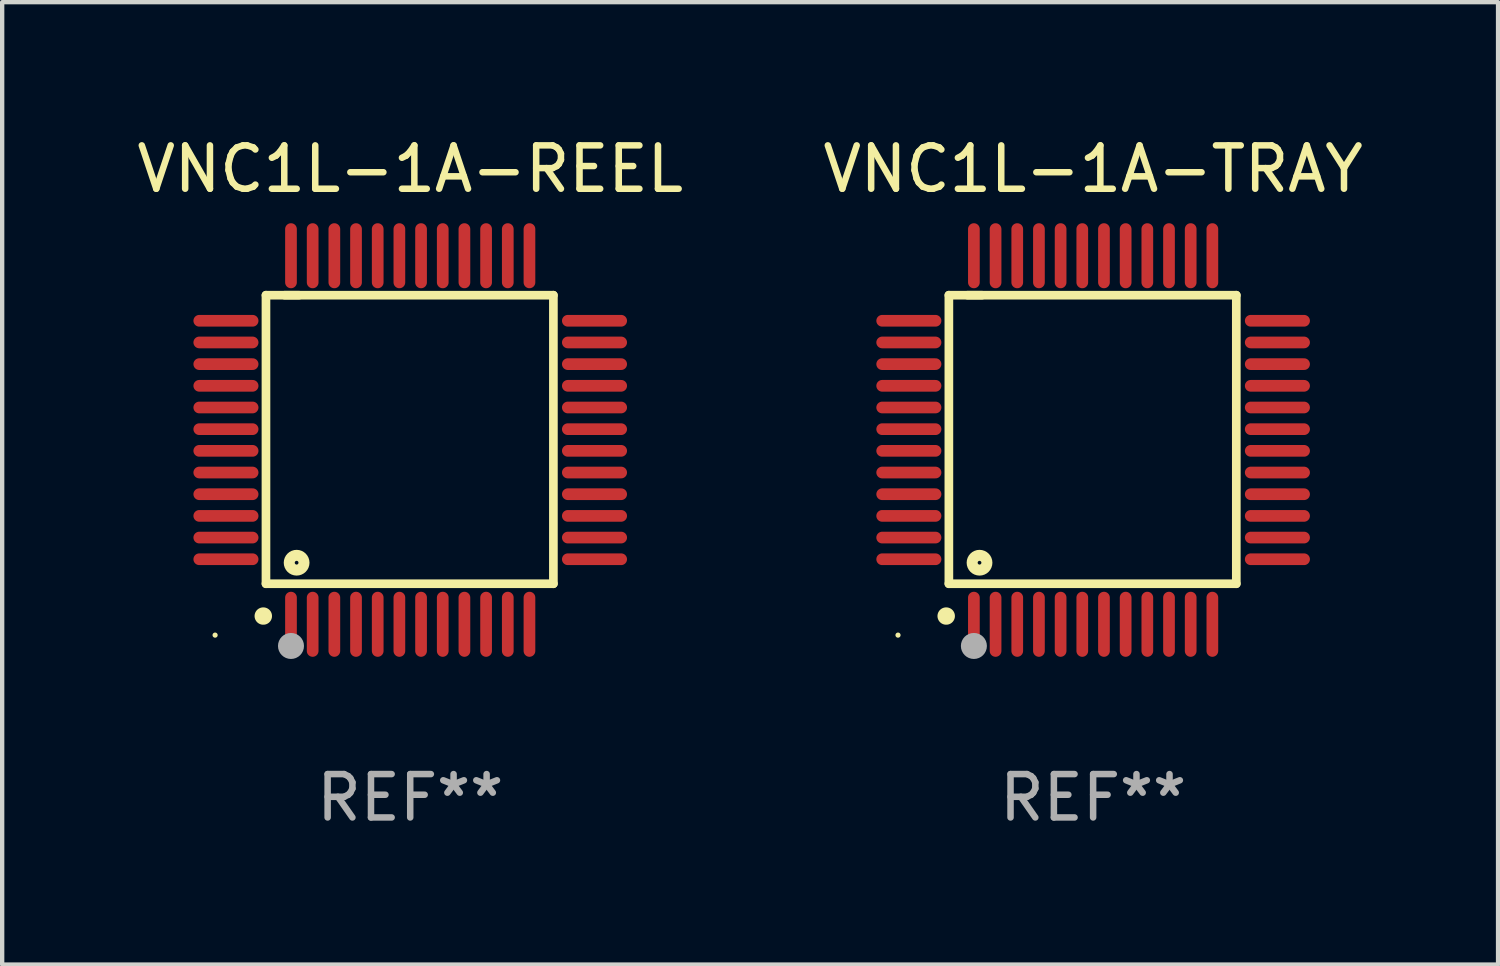
<source format=kicad_pcb>
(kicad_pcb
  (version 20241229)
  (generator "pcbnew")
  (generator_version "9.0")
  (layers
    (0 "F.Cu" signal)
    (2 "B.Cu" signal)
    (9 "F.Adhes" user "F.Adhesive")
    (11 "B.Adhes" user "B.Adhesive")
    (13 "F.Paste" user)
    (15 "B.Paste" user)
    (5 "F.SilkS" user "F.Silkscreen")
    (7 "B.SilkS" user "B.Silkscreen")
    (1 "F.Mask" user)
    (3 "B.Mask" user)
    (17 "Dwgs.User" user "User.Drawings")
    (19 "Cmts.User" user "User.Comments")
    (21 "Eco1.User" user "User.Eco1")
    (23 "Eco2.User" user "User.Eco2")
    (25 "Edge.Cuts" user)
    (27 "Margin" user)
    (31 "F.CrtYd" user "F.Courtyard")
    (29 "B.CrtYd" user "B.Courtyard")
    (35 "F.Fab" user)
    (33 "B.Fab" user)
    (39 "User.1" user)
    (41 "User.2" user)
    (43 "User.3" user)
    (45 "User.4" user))
  (footprint "VNC1L-1A-TRAY"
    (layer "F.Cu")
    (at 22.161 7.098)
    (property "Reference" "VNC1L-1A-TRAY" (at 0 -6.25 0) (layer "F.SilkS") (effects (font (size 1 1) (thickness 0.15))))
    (attr through_hole)
    (fp_line (start -3.327 -3.34) (end -2.565 -3.34) (stroke (width 0.2) (type solid)) (layer "F.SilkS"))
    (fp_line (start -3.327 3.315) (end -3.327 -3.34) (stroke (width 0.2) (type solid)) (layer "F.SilkS"))
    (fp_line (start -2.896 -3.34) (end 3.302 -3.34) (stroke (width 0.2) (type solid)) (layer "F.SilkS"))
    (fp_line (start 3.302 -3.34) (end 3.302 3.315) (stroke (width 0.2) (type solid)) (layer "F.SilkS"))
    (fp_line (start 3.302 3.315) (end -3.327 3.315) (stroke (width 0.2) (type solid)) (layer "F.SilkS"))
    (fp_arc (start -3.389992 4.059995) (mid -3.388722 4.059991) (end -3.387452 4.059995) (stroke (width 0.4) (type solid)) (layer "F.SilkS"))
    (fp_circle (center -4.5 4.5) (end -4.47 4.5) (stroke (width 0.06) (type solid)) (fill no) (layer "F.SilkS"))
    (fp_circle (center -2.62 2.83) (end -2.45 2.83) (stroke (width 0.254) (type solid)) (fill no) (layer "F.SilkS"))
    (fp_circle (center -2.75 4.75) (end -2.6 4.75) (stroke (width 0.3) (type solid)) (fill no) (layer "F.Fab"))
    (fp_text user "REF**" (at 0 8.25 0) (layer "F.Fab") (effects (font (size 1 1) (thickness 0.15))))
    (pad "1" smd oval (at -2.75 4.25) (size 0.27 1.5) (layers "F.Cu" "F.Mask" "F.Paste"))
    (pad "2" smd oval (at -2.25 4.25) (size 0.27 1.5) (layers "F.Cu" "F.Mask" "F.Paste"))
    (pad "3" smd oval (at -1.75 4.25) (size 0.27 1.5) (layers "F.Cu" "F.Mask" "F.Paste"))
    (pad "4" smd oval (at -1.25 4.25) (size 0.27 1.5) (layers "F.Cu" "F.Mask" "F.Paste"))
    (pad "5" smd oval (at -0.75 4.25) (size 0.27 1.5) (layers "F.Cu" "F.Mask" "F.Paste"))
    (pad "6" smd oval (at -0.25 4.25) (size 0.27 1.5) (layers "F.Cu" "F.Mask" "F.Paste"))
    (pad "7" smd oval (at 0.25 4.25) (size 0.27 1.5) (layers "F.Cu" "F.Mask" "F.Paste"))
    (pad "8" smd oval (at 0.75 4.25) (size 0.27 1.5) (layers "F.Cu" "F.Mask" "F.Paste"))
    (pad "9" smd oval (at 1.25 4.25) (size 0.27 1.5) (layers "F.Cu" "F.Mask" "F.Paste"))
    (pad "10" smd oval (at 1.75 4.25) (size 0.27 1.5) (layers "F.Cu" "F.Mask" "F.Paste"))
    (pad "11" smd oval (at 2.25 4.25) (size 0.27 1.5) (layers "F.Cu" "F.Mask" "F.Paste"))
    (pad "12" smd oval (at 2.75 4.25) (size 0.27 1.5) (layers "F.Cu" "F.Mask" "F.Paste"))
    (pad "13" smd oval (at 4.25 2.75) (size 1.5 0.27) (layers "F.Cu" "F.Mask" "F.Paste"))
    (pad "14" smd oval (at 4.25 2.25) (size 1.5 0.27) (layers "F.Cu" "F.Mask" "F.Paste"))
    (pad "15" smd oval (at 4.25 1.75) (size 1.5 0.27) (layers "F.Cu" "F.Mask" "F.Paste"))
    (pad "16" smd oval (at 4.25 1.25) (size 1.5 0.27) (layers "F.Cu" "F.Mask" "F.Paste"))
    (pad "17" smd oval (at 4.25 0.75) (size 1.5 0.27) (layers "F.Cu" "F.Mask" "F.Paste"))
    (pad "18" smd oval (at 4.25 0.25) (size 1.5 0.27) (layers "F.Cu" "F.Mask" "F.Paste"))
    (pad "19" smd oval (at 4.25 -0.25) (size 1.5 0.27) (layers "F.Cu" "F.Mask" "F.Paste"))
    (pad "20" smd oval (at 4.25 -0.75) (size 1.5 0.27) (layers "F.Cu" "F.Mask" "F.Paste"))
    (pad "21" smd oval (at 4.25 -1.25) (size 1.5 0.27) (layers "F.Cu" "F.Mask" "F.Paste"))
    (pad "22" smd oval (at 4.25 -1.75) (size 1.5 0.27) (layers "F.Cu" "F.Mask" "F.Paste"))
    (pad "23" smd oval (at 4.25 -2.25) (size 1.5 0.27) (layers "F.Cu" "F.Mask" "F.Paste"))
    (pad "24" smd oval (at 4.25 -2.75) (size 1.5 0.27) (layers "F.Cu" "F.Mask" "F.Paste"))
    (pad "25" smd oval (at 2.75 -4.25) (size 0.27 1.5) (layers "F.Cu" "F.Mask" "F.Paste"))
    (pad "26" smd oval (at 2.25 -4.25) (size 0.27 1.5) (layers "F.Cu" "F.Mask" "F.Paste"))
    (pad "27" smd oval (at 1.75 -4.25) (size 0.27 1.5) (layers "F.Cu" "F.Mask" "F.Paste"))
    (pad "28" smd oval (at 1.25 -4.25) (size 0.27 1.5) (layers "F.Cu" "F.Mask" "F.Paste"))
    (pad "29" smd oval (at 0.75 -4.25) (size 0.27 1.5) (layers "F.Cu" "F.Mask" "F.Paste"))
    (pad "30" smd oval (at 0.25 -4.25) (size 0.27 1.5) (layers "F.Cu" "F.Mask" "F.Paste"))
    (pad "31" smd oval (at -0.25 -4.25) (size 0.27 1.5) (layers "F.Cu" "F.Mask" "F.Paste"))
    (pad "32" smd oval (at -0.75 -4.25) (size 0.27 1.5) (layers "F.Cu" "F.Mask" "F.Paste"))
    (pad "33" smd oval (at -1.25 -4.25) (size 0.27 1.5) (layers "F.Cu" "F.Mask" "F.Paste"))
    (pad "34" smd oval (at -1.75 -4.25) (size 0.27 1.5) (layers "F.Cu" "F.Mask" "F.Paste"))
    (pad "35" smd oval (at -2.25 -4.25) (size 0.27 1.5) (layers "F.Cu" "F.Mask" "F.Paste"))
    (pad "36" smd oval (at -2.75 -4.25) (size 0.27 1.5) (layers "F.Cu" "F.Mask" "F.Paste"))
    (pad "37" smd oval (at -4.25 -2.75) (size 1.5 0.27) (layers "F.Cu" "F.Mask" "F.Paste"))
    (pad "38" smd oval (at -4.25 -2.25) (size 1.5 0.27) (layers "F.Cu" "F.Mask" "F.Paste"))
    (pad "39" smd oval (at -4.25 -1.75) (size 1.5 0.27) (layers "F.Cu" "F.Mask" "F.Paste"))
    (pad "40" smd oval (at -4.25 -1.25) (size 1.5 0.27) (layers "F.Cu" "F.Mask" "F.Paste"))
    (pad "41" smd oval (at -4.25 -0.75) (size 1.5 0.27) (layers "F.Cu" "F.Mask" "F.Paste"))
    (pad "42" smd oval (at -4.25 -0.25) (size 1.5 0.27) (layers "F.Cu" "F.Mask" "F.Paste"))
    (pad "43" smd oval (at -4.25 0.25) (size 1.5 0.27) (layers "F.Cu" "F.Mask" "F.Paste"))
    (pad "44" smd oval (at -4.25 0.75) (size 1.5 0.27) (layers "F.Cu" "F.Mask" "F.Paste"))
    (pad "45" smd oval (at -4.25 1.25) (size 1.5 0.27) (layers "F.Cu" "F.Mask" "F.Paste"))
    (pad "46" smd oval (at -4.25 1.75) (size 1.5 0.27) (layers "F.Cu" "F.Mask" "F.Paste"))
    (pad "47" smd oval (at -4.25 2.25) (size 1.5 0.27) (layers "F.Cu" "F.Mask" "F.Paste"))
    (pad "48" smd oval (at -4.25 2.75) (size 1.5 0.27) (layers "F.Cu" "F.Mask" "F.Paste")))
  (footprint "VNC1L-1A-REEL"
    (layer "F.Cu")
    (at 6.411 7.098)
    (property "Reference" "VNC1L-1A-REEL" (at 0 -6.25 0) (layer "F.SilkS") (effects (font (size 1 1) (thickness 0.15))))
    (attr through_hole)
    (fp_line (start -3.327 -3.34) (end -2.565 -3.34) (stroke (width 0.2) (type solid)) (layer "F.SilkS"))
    (fp_line (start -3.327 3.315) (end -3.327 -3.34) (stroke (width 0.2) (type solid)) (layer "F.SilkS"))
    (fp_line (start -2.896 -3.34) (end 3.302 -3.34) (stroke (width 0.2) (type solid)) (layer "F.SilkS"))
    (fp_line (start 3.302 -3.34) (end 3.302 3.315) (stroke (width 0.2) (type solid)) (layer "F.SilkS"))
    (fp_line (start 3.302 3.315) (end -3.327 3.315) (stroke (width 0.2) (type solid)) (layer "F.SilkS"))
    (fp_arc (start -3.389992 4.059995) (mid -3.388722 4.059991) (end -3.387452 4.059995) (stroke (width 0.4) (type solid)) (layer "F.SilkS"))
    (fp_circle (center -4.5 4.5) (end -4.47 4.5) (stroke (width 0.06) (type solid)) (fill no) (layer "F.SilkS"))
    (fp_circle (center -2.62 2.83) (end -2.45 2.83) (stroke (width 0.254) (type solid)) (fill no) (layer "F.SilkS"))
    (fp_circle (center -2.75 4.75) (end -2.6 4.75) (stroke (width 0.3) (type solid)) (fill no) (layer "F.Fab"))
    (fp_text user "REF**" (at 0 8.25 0) (layer "F.Fab") (effects (font (size 1 1) (thickness 0.15))))
    (pad "1" smd oval (at -2.75 4.25) (size 0.27 1.5) (layers "F.Cu" "F.Mask" "F.Paste"))
    (pad "2" smd oval (at -2.25 4.25) (size 0.27 1.5) (layers "F.Cu" "F.Mask" "F.Paste"))
    (pad "3" smd oval (at -1.75 4.25) (size 0.27 1.5) (layers "F.Cu" "F.Mask" "F.Paste"))
    (pad "4" smd oval (at -1.25 4.25) (size 0.27 1.5) (layers "F.Cu" "F.Mask" "F.Paste"))
    (pad "5" smd oval (at -0.75 4.25) (size 0.27 1.5) (layers "F.Cu" "F.Mask" "F.Paste"))
    (pad "6" smd oval (at -0.25 4.25) (size 0.27 1.5) (layers "F.Cu" "F.Mask" "F.Paste"))
    (pad "7" smd oval (at 0.25 4.25) (size 0.27 1.5) (layers "F.Cu" "F.Mask" "F.Paste"))
    (pad "8" smd oval (at 0.75 4.25) (size 0.27 1.5) (layers "F.Cu" "F.Mask" "F.Paste"))
    (pad "9" smd oval (at 1.25 4.25) (size 0.27 1.5) (layers "F.Cu" "F.Mask" "F.Paste"))
    (pad "10" smd oval (at 1.75 4.25) (size 0.27 1.5) (layers "F.Cu" "F.Mask" "F.Paste"))
    (pad "11" smd oval (at 2.25 4.25) (size 0.27 1.5) (layers "F.Cu" "F.Mask" "F.Paste"))
    (pad "12" smd oval (at 2.75 4.25) (size 0.27 1.5) (layers "F.Cu" "F.Mask" "F.Paste"))
    (pad "13" smd oval (at 4.25 2.75) (size 1.5 0.27) (layers "F.Cu" "F.Mask" "F.Paste"))
    (pad "14" smd oval (at 4.25 2.25) (size 1.5 0.27) (layers "F.Cu" "F.Mask" "F.Paste"))
    (pad "15" smd oval (at 4.25 1.75) (size 1.5 0.27) (layers "F.Cu" "F.Mask" "F.Paste"))
    (pad "16" smd oval (at 4.25 1.25) (size 1.5 0.27) (layers "F.Cu" "F.Mask" "F.Paste"))
    (pad "17" smd oval (at 4.25 0.75) (size 1.5 0.27) (layers "F.Cu" "F.Mask" "F.Paste"))
    (pad "18" smd oval (at 4.25 0.25) (size 1.5 0.27) (layers "F.Cu" "F.Mask" "F.Paste"))
    (pad "19" smd oval (at 4.25 -0.25) (size 1.5 0.27) (layers "F.Cu" "F.Mask" "F.Paste"))
    (pad "20" smd oval (at 4.25 -0.75) (size 1.5 0.27) (layers "F.Cu" "F.Mask" "F.Paste"))
    (pad "21" smd oval (at 4.25 -1.25) (size 1.5 0.27) (layers "F.Cu" "F.Mask" "F.Paste"))
    (pad "22" smd oval (at 4.25 -1.75) (size 1.5 0.27) (layers "F.Cu" "F.Mask" "F.Paste"))
    (pad "23" smd oval (at 4.25 -2.25) (size 1.5 0.27) (layers "F.Cu" "F.Mask" "F.Paste"))
    (pad "24" smd oval (at 4.25 -2.75) (size 1.5 0.27) (layers "F.Cu" "F.Mask" "F.Paste"))
    (pad "25" smd oval (at 2.75 -4.25) (size 0.27 1.5) (layers "F.Cu" "F.Mask" "F.Paste"))
    (pad "26" smd oval (at 2.25 -4.25) (size 0.27 1.5) (layers "F.Cu" "F.Mask" "F.Paste"))
    (pad "27" smd oval (at 1.75 -4.25) (size 0.27 1.5) (layers "F.Cu" "F.Mask" "F.Paste"))
    (pad "28" smd oval (at 1.25 -4.25) (size 0.27 1.5) (layers "F.Cu" "F.Mask" "F.Paste"))
    (pad "29" smd oval (at 0.75 -4.25) (size 0.27 1.5) (layers "F.Cu" "F.Mask" "F.Paste"))
    (pad "30" smd oval (at 0.25 -4.25) (size 0.27 1.5) (layers "F.Cu" "F.Mask" "F.Paste"))
    (pad "31" smd oval (at -0.25 -4.25) (size 0.27 1.5) (layers "F.Cu" "F.Mask" "F.Paste"))
    (pad "32" smd oval (at -0.75 -4.25) (size 0.27 1.5) (layers "F.Cu" "F.Mask" "F.Paste"))
    (pad "33" smd oval (at -1.25 -4.25) (size 0.27 1.5) (layers "F.Cu" "F.Mask" "F.Paste"))
    (pad "34" smd oval (at -1.75 -4.25) (size 0.27 1.5) (layers "F.Cu" "F.Mask" "F.Paste"))
    (pad "35" smd oval (at -2.25 -4.25) (size 0.27 1.5) (layers "F.Cu" "F.Mask" "F.Paste"))
    (pad "36" smd oval (at -2.75 -4.25) (size 0.27 1.5) (layers "F.Cu" "F.Mask" "F.Paste"))
    (pad "37" smd oval (at -4.25 -2.75) (size 1.5 0.27) (layers "F.Cu" "F.Mask" "F.Paste"))
    (pad "38" smd oval (at -4.25 -2.25) (size 1.5 0.27) (layers "F.Cu" "F.Mask" "F.Paste"))
    (pad "39" smd oval (at -4.25 -1.75) (size 1.5 0.27) (layers "F.Cu" "F.Mask" "F.Paste"))
    (pad "40" smd oval (at -4.25 -1.25) (size 1.5 0.27) (layers "F.Cu" "F.Mask" "F.Paste"))
    (pad "41" smd oval (at -4.25 -0.75) (size 1.5 0.27) (layers "F.Cu" "F.Mask" "F.Paste"))
    (pad "42" smd oval (at -4.25 -0.25) (size 1.5 0.27) (layers "F.Cu" "F.Mask" "F.Paste"))
    (pad "43" smd oval (at -4.25 0.25) (size 1.5 0.27) (layers "F.Cu" "F.Mask" "F.Paste"))
    (pad "44" smd oval (at -4.25 0.75) (size 1.5 0.27) (layers "F.Cu" "F.Mask" "F.Paste"))
    (pad "45" smd oval (at -4.25 1.25) (size 1.5 0.27) (layers "F.Cu" "F.Mask" "F.Paste"))
    (pad "46" smd oval (at -4.25 1.75) (size 1.5 0.27) (layers "F.Cu" "F.Mask" "F.Paste"))
    (pad "47" smd oval (at -4.25 2.25) (size 1.5 0.27) (layers "F.Cu" "F.Mask" "F.Paste"))
    (pad "48" smd oval (at -4.25 2.75) (size 1.5 0.27) (layers "F.Cu" "F.Mask" "F.Paste")))
  (gr_rect
    (start -3 -3)
    (end 31.5 19.196)
    (stroke (width 0.1) (type default))
    (fill no)
    (layer "Edge.Cuts")))
</source>
